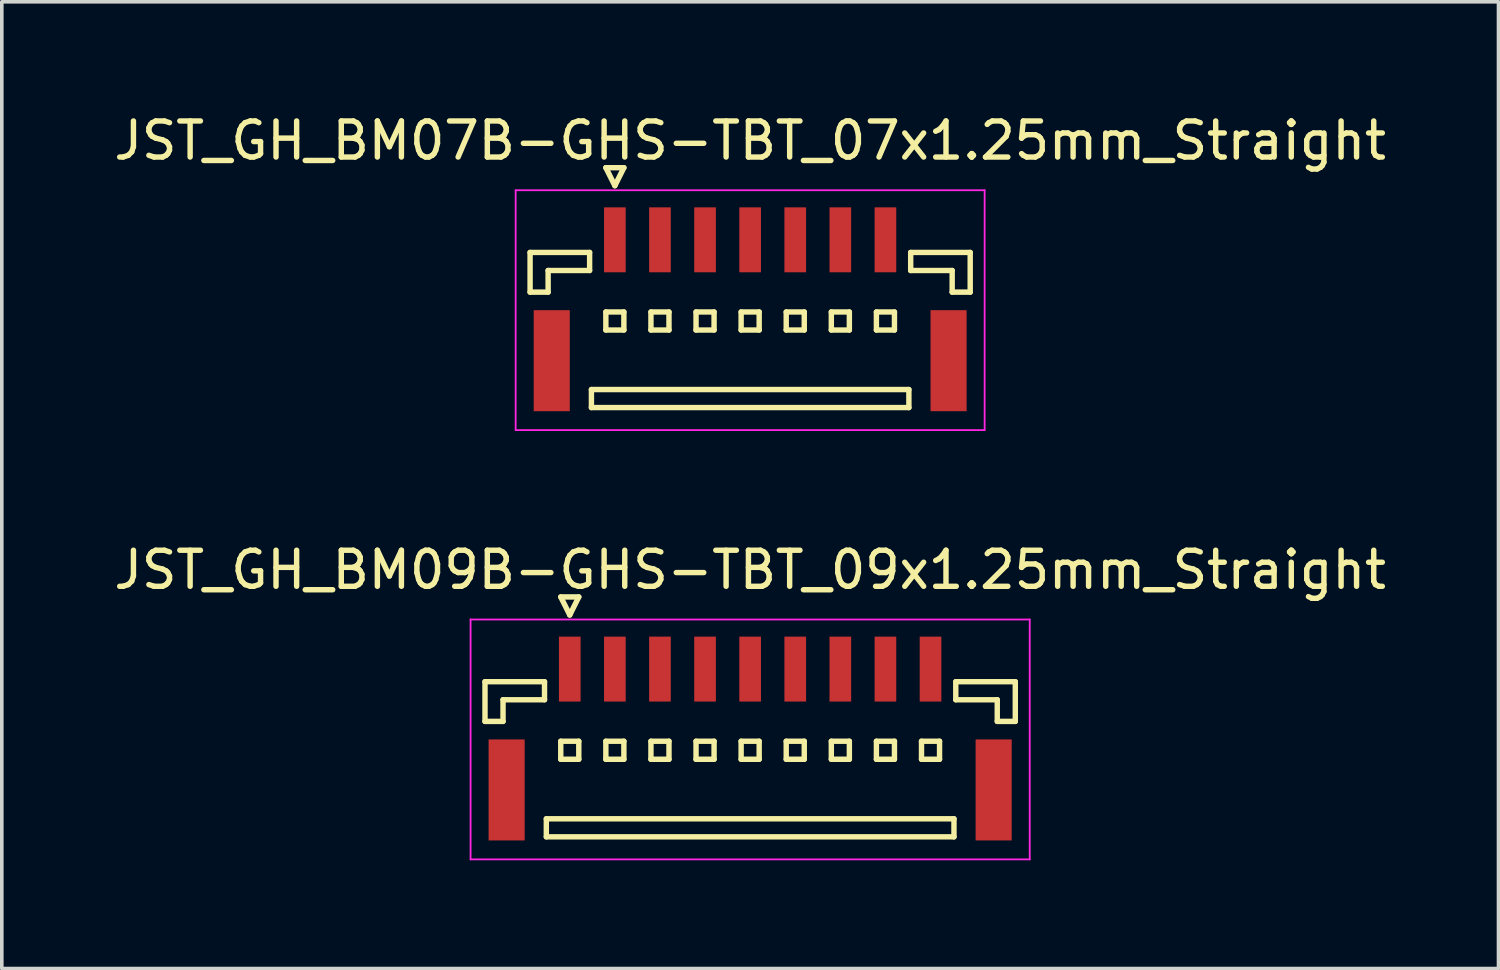
<source format=kicad_pcb>
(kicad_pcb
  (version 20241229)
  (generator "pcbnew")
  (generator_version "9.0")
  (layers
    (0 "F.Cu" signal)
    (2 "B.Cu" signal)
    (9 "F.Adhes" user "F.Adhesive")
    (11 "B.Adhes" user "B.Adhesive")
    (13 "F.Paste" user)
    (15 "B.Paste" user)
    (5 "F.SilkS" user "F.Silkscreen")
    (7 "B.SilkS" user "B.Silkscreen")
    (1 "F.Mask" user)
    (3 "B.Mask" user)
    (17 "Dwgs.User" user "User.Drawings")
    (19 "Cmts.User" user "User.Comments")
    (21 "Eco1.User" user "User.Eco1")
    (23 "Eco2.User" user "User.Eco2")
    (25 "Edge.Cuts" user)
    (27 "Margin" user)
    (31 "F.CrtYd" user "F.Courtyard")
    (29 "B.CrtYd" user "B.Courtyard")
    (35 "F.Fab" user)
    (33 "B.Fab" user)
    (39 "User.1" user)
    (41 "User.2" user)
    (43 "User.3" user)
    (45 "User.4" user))
  (footprint "JST_GH_BM07B-GHS-TBT_07x1.25mm_Straight"
    (layer "F.Cu")
    (at 17.744 5.273)
    (property "Reference" "JST_GH_BM07B-GHS-TBT_07x1.25mm_Straight" (at 0 -4.425 0) (layer "F.SilkS") (effects (font (size 1 1) (thickness 0.15))))
    (attr smd)
    (fp_line (start -6.1 -1.325) (end -4.45 -1.325) (stroke (width 0.15) (type solid)) (layer "F.SilkS"))
    (fp_line (start -6.1 -0.225) (end -6.1 -1.325) (stroke (width 0.15) (type solid)) (layer "F.SilkS"))
    (fp_line (start -5.6 -0.825) (end -5.6 -0.225) (stroke (width 0.15) (type solid)) (layer "F.SilkS"))
    (fp_line (start -5.6 -0.225) (end -6.1 -0.225) (stroke (width 0.15) (type solid)) (layer "F.SilkS"))
    (fp_line (start -4.45 -1.325) (end -4.45 -0.825) (stroke (width 0.15) (type solid)) (layer "F.SilkS"))
    (fp_line (start -4.45 -0.825) (end -5.6 -0.825) (stroke (width 0.15) (type solid)) (layer "F.SilkS"))
    (fp_line (start -4.4 2.475) (end -4.4 2.975) (stroke (width 0.15) (type solid)) (layer "F.SilkS"))
    (fp_line (start -4.4 2.975) (end 4.4 2.975) (stroke (width 0.15) (type solid)) (layer "F.SilkS"))
    (fp_line (start -4 -3.675) (end -3.5 -3.675) (stroke (width 0.15) (type solid)) (layer "F.SilkS"))
    (fp_line (start -4 0.325) (end -4 0.825) (stroke (width 0.15) (type solid)) (layer "F.SilkS"))
    (fp_line (start -4 0.825) (end -3.5 0.825) (stroke (width 0.15) (type solid)) (layer "F.SilkS"))
    (fp_line (start -3.75 -3.175) (end -4 -3.675) (stroke (width 0.15) (type solid)) (layer "F.SilkS"))
    (fp_line (start -3.5 -3.675) (end -3.75 -3.175) (stroke (width 0.15) (type solid)) (layer "F.SilkS"))
    (fp_line (start -3.5 0.325) (end -4 0.325) (stroke (width 0.15) (type solid)) (layer "F.SilkS"))
    (fp_line (start -3.5 0.825) (end -3.5 0.325) (stroke (width 0.15) (type solid)) (layer "F.SilkS"))
    (fp_line (start -2.75 0.325) (end -2.75 0.825) (stroke (width 0.15) (type solid)) (layer "F.SilkS"))
    (fp_line (start -2.75 0.825) (end -2.25 0.825) (stroke (width 0.15) (type solid)) (layer "F.SilkS"))
    (fp_line (start -2.25 0.325) (end -2.75 0.325) (stroke (width 0.15) (type solid)) (layer "F.SilkS"))
    (fp_line (start -2.25 0.825) (end -2.25 0.325) (stroke (width 0.15) (type solid)) (layer "F.SilkS"))
    (fp_line (start -1.5 0.325) (end -1.5 0.825) (stroke (width 0.15) (type solid)) (layer "F.SilkS"))
    (fp_line (start -1.5 0.825) (end -1 0.825) (stroke (width 0.15) (type solid)) (layer "F.SilkS"))
    (fp_line (start -1 0.325) (end -1.5 0.325) (stroke (width 0.15) (type solid)) (layer "F.SilkS"))
    (fp_line (start -1 0.825) (end -1 0.325) (stroke (width 0.15) (type solid)) (layer "F.SilkS"))
    (fp_line (start -0.25 0.325) (end -0.25 0.825) (stroke (width 0.15) (type solid)) (layer "F.SilkS"))
    (fp_line (start -0.25 0.825) (end 0.25 0.825) (stroke (width 0.15) (type solid)) (layer "F.SilkS"))
    (fp_line (start 0.25 0.325) (end -0.25 0.325) (stroke (width 0.15) (type solid)) (layer "F.SilkS"))
    (fp_line (start 0.25 0.825) (end 0.25 0.325) (stroke (width 0.15) (type solid)) (layer "F.SilkS"))
    (fp_line (start 1 0.325) (end 1 0.825) (stroke (width 0.15) (type solid)) (layer "F.SilkS"))
    (fp_line (start 1 0.825) (end 1.5 0.825) (stroke (width 0.15) (type solid)) (layer "F.SilkS"))
    (fp_line (start 1.5 0.325) (end 1 0.325) (stroke (width 0.15) (type solid)) (layer "F.SilkS"))
    (fp_line (start 1.5 0.825) (end 1.5 0.325) (stroke (width 0.15) (type solid)) (layer "F.SilkS"))
    (fp_line (start 2.25 0.325) (end 2.25 0.825) (stroke (width 0.15) (type solid)) (layer "F.SilkS"))
    (fp_line (start 2.25 0.825) (end 2.75 0.825) (stroke (width 0.15) (type solid)) (layer "F.SilkS"))
    (fp_line (start 2.75 0.325) (end 2.25 0.325) (stroke (width 0.15) (type solid)) (layer "F.SilkS"))
    (fp_line (start 2.75 0.825) (end 2.75 0.325) (stroke (width 0.15) (type solid)) (layer "F.SilkS"))
    (fp_line (start 3.5 0.325) (end 3.5 0.825) (stroke (width 0.15) (type solid)) (layer "F.SilkS"))
    (fp_line (start 3.5 0.825) (end 4 0.825) (stroke (width 0.15) (type solid)) (layer "F.SilkS"))
    (fp_line (start 4 0.325) (end 3.5 0.325) (stroke (width 0.15) (type solid)) (layer "F.SilkS"))
    (fp_line (start 4 0.825) (end 4 0.325) (stroke (width 0.15) (type solid)) (layer "F.SilkS"))
    (fp_line (start 4.4 2.475) (end -4.4 2.475) (stroke (width 0.15) (type solid)) (layer "F.SilkS"))
    (fp_line (start 4.4 2.975) (end 4.4 2.475) (stroke (width 0.15) (type solid)) (layer "F.SilkS"))
    (fp_line (start 4.45 -1.325) (end 4.45 -0.825) (stroke (width 0.15) (type solid)) (layer "F.SilkS"))
    (fp_line (start 4.45 -0.825) (end 5.6 -0.825) (stroke (width 0.15) (type solid)) (layer "F.SilkS"))
    (fp_line (start 5.6 -0.825) (end 5.6 -0.225) (stroke (width 0.15) (type solid)) (layer "F.SilkS"))
    (fp_line (start 5.6 -0.225) (end 6.1 -0.225) (stroke (width 0.15) (type solid)) (layer "F.SilkS"))
    (fp_line (start 6.1 -1.325) (end 4.45 -1.325) (stroke (width 0.15) (type solid)) (layer "F.SilkS"))
    (fp_line (start 6.1 -0.225) (end 6.1 -1.325) (stroke (width 0.15) (type solid)) (layer "F.SilkS"))
    (fp_line (start -6.5 -3.05) (end -6.5 3.6) (stroke (width 0.05) (type solid)) (layer "F.CrtYd"))
    (fp_line (start -6.5 3.6) (end 6.5 3.6) (stroke (width 0.05) (type solid)) (layer "F.CrtYd"))
    (fp_line (start 6.5 -3.05) (end -6.5 -3.05) (stroke (width 0.05) (type solid)) (layer "F.CrtYd"))
    (fp_line (start 6.5 3.6) (end 6.5 -3.05) (stroke (width 0.05) (type solid)) (layer "F.CrtYd"))
    (pad "" smd rect (at -5.5 1.675) (size 1 2.8) (layers "F.Cu" "F.Mask" "F.Paste"))
    (pad "" smd rect (at 5.5 1.675) (size 1 2.8) (layers "F.Cu" "F.Mask" "F.Paste"))
    (pad "1" smd rect (at -3.75 -1.675) (size 0.6 1.8) (layers "F.Cu" "F.Mask" "F.Paste"))
    (pad "2" smd rect (at -2.5 -1.675) (size 0.6 1.8) (layers "F.Cu" "F.Mask" "F.Paste"))
    (pad "3" smd rect (at -1.25 -1.675) (size 0.6 1.8) (layers "F.Cu" "F.Mask" "F.Paste"))
    (pad "4" smd rect (at 0 -1.675) (size 0.6 1.8) (layers "F.Cu" "F.Mask" "F.Paste"))
    (pad "5" smd rect (at 1.25 -1.675) (size 0.6 1.8) (layers "F.Cu" "F.Mask" "F.Paste"))
    (pad "6" smd rect (at 2.5 -1.675) (size 0.6 1.8) (layers "F.Cu" "F.Mask" "F.Paste"))
    (pad "7" smd rect (at 3.75 -1.675) (size 0.6 1.8) (layers "F.Cu" "F.Mask" "F.Paste")))
  (footprint "JST_GH_BM09B-GHS-TBT_09x1.25mm_Straight"
    (layer "F.Cu")
    (at 17.744 17.172)
    (property "Reference" "JST_GH_BM09B-GHS-TBT_09x1.25mm_Straight" (at 0 -4.425 0) (layer "F.SilkS") (effects (font (size 1 1) (thickness 0.15))))
    (attr smd)
    (fp_line (start -7.35 -1.325) (end -5.7 -1.325) (stroke (width 0.15) (type solid)) (layer "F.SilkS"))
    (fp_line (start -7.35 -0.225) (end -7.35 -1.325) (stroke (width 0.15) (type solid)) (layer "F.SilkS"))
    (fp_line (start -6.85 -0.825) (end -6.85 -0.225) (stroke (width 0.15) (type solid)) (layer "F.SilkS"))
    (fp_line (start -6.85 -0.225) (end -7.35 -0.225) (stroke (width 0.15) (type solid)) (layer "F.SilkS"))
    (fp_line (start -5.7 -1.325) (end -5.7 -0.825) (stroke (width 0.15) (type solid)) (layer "F.SilkS"))
    (fp_line (start -5.7 -0.825) (end -6.85 -0.825) (stroke (width 0.15) (type solid)) (layer "F.SilkS"))
    (fp_line (start -5.65 2.475) (end -5.65 2.975) (stroke (width 0.15) (type solid)) (layer "F.SilkS"))
    (fp_line (start -5.65 2.975) (end 5.65 2.975) (stroke (width 0.15) (type solid)) (layer "F.SilkS"))
    (fp_line (start -5.25 -3.675) (end -4.75 -3.675) (stroke (width 0.15) (type solid)) (layer "F.SilkS"))
    (fp_line (start -5.25 0.325) (end -5.25 0.825) (stroke (width 0.15) (type solid)) (layer "F.SilkS"))
    (fp_line (start -5.25 0.825) (end -4.75 0.825) (stroke (width 0.15) (type solid)) (layer "F.SilkS"))
    (fp_line (start -5 -3.175) (end -5.25 -3.675) (stroke (width 0.15) (type solid)) (layer "F.SilkS"))
    (fp_line (start -4.75 -3.675) (end -5 -3.175) (stroke (width 0.15) (type solid)) (layer "F.SilkS"))
    (fp_line (start -4.75 0.325) (end -5.25 0.325) (stroke (width 0.15) (type solid)) (layer "F.SilkS"))
    (fp_line (start -4.75 0.825) (end -4.75 0.325) (stroke (width 0.15) (type solid)) (layer "F.SilkS"))
    (fp_line (start -4 0.325) (end -4 0.825) (stroke (width 0.15) (type solid)) (layer "F.SilkS"))
    (fp_line (start -4 0.825) (end -3.5 0.825) (stroke (width 0.15) (type solid)) (layer "F.SilkS"))
    (fp_line (start -3.5 0.325) (end -4 0.325) (stroke (width 0.15) (type solid)) (layer "F.SilkS"))
    (fp_line (start -3.5 0.825) (end -3.5 0.325) (stroke (width 0.15) (type solid)) (layer "F.SilkS"))
    (fp_line (start -2.75 0.325) (end -2.75 0.825) (stroke (width 0.15) (type solid)) (layer "F.SilkS"))
    (fp_line (start -2.75 0.825) (end -2.25 0.825) (stroke (width 0.15) (type solid)) (layer "F.SilkS"))
    (fp_line (start -2.25 0.325) (end -2.75 0.325) (stroke (width 0.15) (type solid)) (layer "F.SilkS"))
    (fp_line (start -2.25 0.825) (end -2.25 0.325) (stroke (width 0.15) (type solid)) (layer "F.SilkS"))
    (fp_line (start -1.5 0.325) (end -1.5 0.825) (stroke (width 0.15) (type solid)) (layer "F.SilkS"))
    (fp_line (start -1.5 0.825) (end -1 0.825) (stroke (width 0.15) (type solid)) (layer "F.SilkS"))
    (fp_line (start -1 0.325) (end -1.5 0.325) (stroke (width 0.15) (type solid)) (layer "F.SilkS"))
    (fp_line (start -1 0.825) (end -1 0.325) (stroke (width 0.15) (type solid)) (layer "F.SilkS"))
    (fp_line (start -0.25 0.325) (end -0.25 0.825) (stroke (width 0.15) (type solid)) (layer "F.SilkS"))
    (fp_line (start -0.25 0.825) (end 0.25 0.825) (stroke (width 0.15) (type solid)) (layer "F.SilkS"))
    (fp_line (start 0.25 0.325) (end -0.25 0.325) (stroke (width 0.15) (type solid)) (layer "F.SilkS"))
    (fp_line (start 0.25 0.825) (end 0.25 0.325) (stroke (width 0.15) (type solid)) (layer "F.SilkS"))
    (fp_line (start 1 0.325) (end 1 0.825) (stroke (width 0.15) (type solid)) (layer "F.SilkS"))
    (fp_line (start 1 0.825) (end 1.5 0.825) (stroke (width 0.15) (type solid)) (layer "F.SilkS"))
    (fp_line (start 1.5 0.325) (end 1 0.325) (stroke (width 0.15) (type solid)) (layer "F.SilkS"))
    (fp_line (start 1.5 0.825) (end 1.5 0.325) (stroke (width 0.15) (type solid)) (layer "F.SilkS"))
    (fp_line (start 2.25 0.325) (end 2.25 0.825) (stroke (width 0.15) (type solid)) (layer "F.SilkS"))
    (fp_line (start 2.25 0.825) (end 2.75 0.825) (stroke (width 0.15) (type solid)) (layer "F.SilkS"))
    (fp_line (start 2.75 0.325) (end 2.25 0.325) (stroke (width 0.15) (type solid)) (layer "F.SilkS"))
    (fp_line (start 2.75 0.825) (end 2.75 0.325) (stroke (width 0.15) (type solid)) (layer "F.SilkS"))
    (fp_line (start 3.5 0.325) (end 3.5 0.825) (stroke (width 0.15) (type solid)) (layer "F.SilkS"))
    (fp_line (start 3.5 0.825) (end 4 0.825) (stroke (width 0.15) (type solid)) (layer "F.SilkS"))
    (fp_line (start 4 0.325) (end 3.5 0.325) (stroke (width 0.15) (type solid)) (layer "F.SilkS"))
    (fp_line (start 4 0.825) (end 4 0.325) (stroke (width 0.15) (type solid)) (layer "F.SilkS"))
    (fp_line (start 4.75 0.325) (end 4.75 0.825) (stroke (width 0.15) (type solid)) (layer "F.SilkS"))
    (fp_line (start 4.75 0.825) (end 5.25 0.825) (stroke (width 0.15) (type solid)) (layer "F.SilkS"))
    (fp_line (start 5.25 0.325) (end 4.75 0.325) (stroke (width 0.15) (type solid)) (layer "F.SilkS"))
    (fp_line (start 5.25 0.825) (end 5.25 0.325) (stroke (width 0.15) (type solid)) (layer "F.SilkS"))
    (fp_line (start 5.65 2.475) (end -5.65 2.475) (stroke (width 0.15) (type solid)) (layer "F.SilkS"))
    (fp_line (start 5.65 2.975) (end 5.65 2.475) (stroke (width 0.15) (type solid)) (layer "F.SilkS"))
    (fp_line (start 5.7 -1.325) (end 5.7 -0.825) (stroke (width 0.15) (type solid)) (layer "F.SilkS"))
    (fp_line (start 5.7 -0.825) (end 6.85 -0.825) (stroke (width 0.15) (type solid)) (layer "F.SilkS"))
    (fp_line (start 6.85 -0.825) (end 6.85 -0.225) (stroke (width 0.15) (type solid)) (layer "F.SilkS"))
    (fp_line (start 6.85 -0.225) (end 7.35 -0.225) (stroke (width 0.15) (type solid)) (layer "F.SilkS"))
    (fp_line (start 7.35 -1.325) (end 5.7 -1.325) (stroke (width 0.15) (type solid)) (layer "F.SilkS"))
    (fp_line (start 7.35 -0.225) (end 7.35 -1.325) (stroke (width 0.15) (type solid)) (layer "F.SilkS"))
    (fp_line (start -7.75 -3.05) (end -7.75 3.6) (stroke (width 0.05) (type solid)) (layer "F.CrtYd"))
    (fp_line (start -7.75 3.6) (end 7.75 3.6) (stroke (width 0.05) (type solid)) (layer "F.CrtYd"))
    (fp_line (start 7.75 -3.05) (end -7.75 -3.05) (stroke (width 0.05) (type solid)) (layer "F.CrtYd"))
    (fp_line (start 7.75 3.6) (end 7.75 -3.05) (stroke (width 0.05) (type solid)) (layer "F.CrtYd"))
    (pad "" smd rect (at -6.75 1.675) (size 1 2.8) (layers "F.Cu" "F.Mask" "F.Paste"))
    (pad "" smd rect (at 6.75 1.675) (size 1 2.8) (layers "F.Cu" "F.Mask" "F.Paste"))
    (pad "1" smd rect (at -5 -1.675) (size 0.6 1.8) (layers "F.Cu" "F.Mask" "F.Paste"))
    (pad "2" smd rect (at -3.75 -1.675) (size 0.6 1.8) (layers "F.Cu" "F.Mask" "F.Paste"))
    (pad "3" smd rect (at -2.5 -1.675) (size 0.6 1.8) (layers "F.Cu" "F.Mask" "F.Paste"))
    (pad "4" smd rect (at -1.25 -1.675) (size 0.6 1.8) (layers "F.Cu" "F.Mask" "F.Paste"))
    (pad "5" smd rect (at 0 -1.675) (size 0.6 1.8) (layers "F.Cu" "F.Mask" "F.Paste"))
    (pad "6" smd rect (at 1.25 -1.675) (size 0.6 1.8) (layers "F.Cu" "F.Mask" "F.Paste"))
    (pad "7" smd rect (at 2.5 -1.675) (size 0.6 1.8) (layers "F.Cu" "F.Mask" "F.Paste"))
    (pad "8" smd rect (at 3.75 -1.675) (size 0.6 1.8) (layers "F.Cu" "F.Mask" "F.Paste"))
    (pad "9" smd rect (at 5 -1.675) (size 0.6 1.8) (layers "F.Cu" "F.Mask" "F.Paste")))
  (gr_rect
    (start -3 -3)
    (end 38.488 23.797)
    (stroke (width 0.1) (type default))
    (fill no)
    (layer "Edge.Cuts")))
</source>
